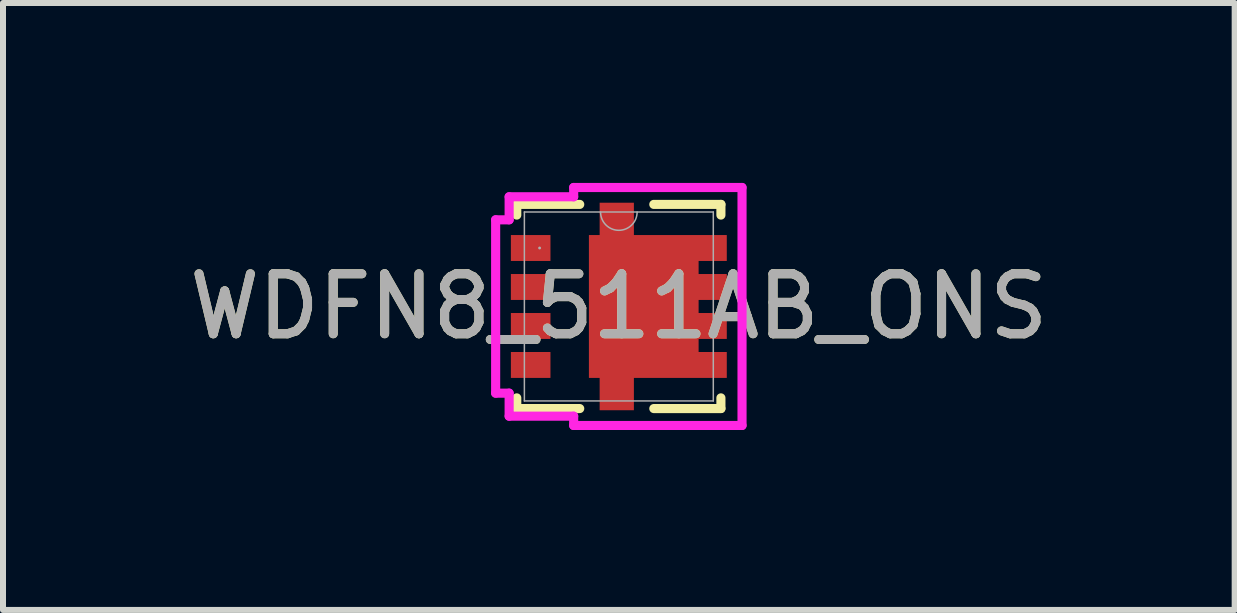
<source format=kicad_pcb>
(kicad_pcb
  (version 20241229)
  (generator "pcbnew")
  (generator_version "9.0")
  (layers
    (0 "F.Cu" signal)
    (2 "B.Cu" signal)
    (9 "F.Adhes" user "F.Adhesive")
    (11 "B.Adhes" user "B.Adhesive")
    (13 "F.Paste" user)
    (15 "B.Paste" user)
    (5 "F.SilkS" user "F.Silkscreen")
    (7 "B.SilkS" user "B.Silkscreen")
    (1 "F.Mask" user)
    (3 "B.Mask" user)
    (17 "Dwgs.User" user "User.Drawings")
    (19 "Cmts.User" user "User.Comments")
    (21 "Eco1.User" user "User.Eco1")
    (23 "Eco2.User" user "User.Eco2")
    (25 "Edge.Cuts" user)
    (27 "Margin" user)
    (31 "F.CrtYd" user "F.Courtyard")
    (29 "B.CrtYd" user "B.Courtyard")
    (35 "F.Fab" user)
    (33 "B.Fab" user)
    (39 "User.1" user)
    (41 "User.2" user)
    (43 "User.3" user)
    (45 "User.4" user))
  (footprint "WDFN8_511AB_ONS"
    (layer "F.Cu")
    (at 7.268 2.06)
    (property "Reference" "WDFN8_511AB_ONS" (at 0 0 0) (unlocked yes) (layer "F.SilkS") (effects (font (size 1 1) (thickness 0.15))))
    (attr smd)
    (fp_poly (pts (xy -0.32 -1.73) (xy 0.251 -1.73) (xy 0.251 -1.191) (xy 1.8 -1.191) (xy 1.8 -0.759) (xy 1.33 -0.759) (xy 1.33 -0.541) (xy 1.8 -0.541) (xy 1.8 -0.109) (xy 1.33 -0.109) (xy 1.33 0.109) (xy 1.8 0.109) (xy 1.8 0.541) (xy 1.33 0.541) (xy 1.33 0.759) (xy 1.8 0.759) (xy 1.8 1.191) (xy 0.251 1.191) (xy 0.251 1.73) (xy -0.32 1.73) (xy -0.32 1.191) (xy -0.499 1.191) (xy -0.499 -1.191) (xy -0.32 -1.191)) (stroke (width 0) (type solid)) (fill yes) (layer "F.Cu"))
    (fp_poly (pts (xy -0.32 -1.73) (xy 0.251 -1.73) (xy 0.251 -1.191) (xy 1.8 -1.191) (xy 1.8 -0.759) (xy 1.33 -0.759) (xy 1.33 -0.541) (xy 1.8 -0.541) (xy 1.8 -0.109) (xy 1.33 -0.109) (xy 1.33 0.109) (xy 1.8 0.109) (xy 1.8 0.541) (xy 1.33 0.541) (xy 1.33 0.759) (xy 1.8 0.759) (xy 1.8 1.191) (xy 0.251 1.191) (xy 0.251 1.73) (xy -0.32 1.73) (xy -0.32 1.191) (xy -0.499 1.191) (xy -0.499 -1.191) (xy -0.32 -1.191)) (stroke (width 0) (type solid)) (fill yes) (layer "F.Mask"))
    (fp_line (start -1.702 -1.702) (end -0.652 -1.702) (stroke (width 0.152) (type solid)) (layer "F.SilkS"))
    (fp_line (start -1.702 -1.524) (end -1.702 -1.702) (stroke (width 0.152) (type solid)) (layer "F.SilkS"))
    (fp_line (start -1.702 1.702) (end -1.702 1.524) (stroke (width 0.152) (type solid)) (layer "F.SilkS"))
    (fp_line (start -0.652 1.702) (end -1.702 1.702) (stroke (width 0.152) (type solid)) (layer "F.SilkS"))
    (fp_line (start 0.583 -1.702) (end 1.702 -1.702) (stroke (width 0.152) (type solid)) (layer "F.SilkS"))
    (fp_line (start 1.702 -1.702) (end 1.702 -1.524) (stroke (width 0.152) (type solid)) (layer "F.SilkS"))
    (fp_line (start 1.702 1.524) (end 1.702 1.702) (stroke (width 0.152) (type solid)) (layer "F.SilkS"))
    (fp_line (start 1.702 1.702) (end 0.583 1.702) (stroke (width 0.152) (type solid)) (layer "F.SilkS"))
    (fp_poly (pts (xy -0.32 -1.73) (xy 0.251 -1.73) (xy 0.251 -1.191) (xy 1.8 -1.191) (xy 1.8 -0.759) (xy 1.33 -0.759) (xy 1.33 -0.541) (xy 1.8 -0.541) (xy 1.8 -0.109) (xy 1.33 -0.109) (xy 1.33 0.109) (xy 1.8 0.109) (xy 1.8 0.541) (xy 1.33 0.541) (xy 1.33 0.759) (xy 1.8 0.759) (xy 1.8 1.191) (xy 0.251 1.191) (xy 0.251 1.73) (xy -0.32 1.73) (xy -0.32 1.191) (xy -0.499 1.191) (xy -0.499 -1.191) (xy -0.32 -1.191)) (stroke (width 0) (type solid)) (fill yes) (layer "F.Paste"))
    (fp_line (start -2.054 -1.445) (end -2.054 1.445) (stroke (width 0.152) (type solid)) (layer "F.CrtYd"))
    (fp_line (start -2.054 1.445) (end -1.829 1.445) (stroke (width 0.152) (type solid)) (layer "F.CrtYd"))
    (fp_line (start -1.829 -1.829) (end -1.829 -1.445) (stroke (width 0.152) (type solid)) (layer "F.CrtYd"))
    (fp_line (start -1.829 -1.445) (end -2.054 -1.445) (stroke (width 0.152) (type solid)) (layer "F.CrtYd"))
    (fp_line (start -1.829 1.445) (end -1.829 1.829) (stroke (width 0.152) (type solid)) (layer "F.CrtYd"))
    (fp_line (start -1.829 1.829) (end -0.753 1.829) (stroke (width 0.152) (type solid)) (layer "F.CrtYd"))
    (fp_line (start -0.753 -1.829) (end -1.829 -1.829) (stroke (width 0.152) (type solid)) (layer "F.CrtYd"))
    (fp_line (start -0.753 -1.829) (end -0.753 -1.984) (stroke (width 0.152) (type solid)) (layer "F.CrtYd"))
    (fp_line (start -0.753 1.829) (end -0.753 1.984) (stroke (width 0.152) (type solid)) (layer "F.CrtYd"))
    (fp_line (start -0.753 1.984) (end 2.054 1.984) (stroke (width 0.152) (type solid)) (layer "F.CrtYd"))
    (fp_line (start 2.054 -1.984) (end -0.753 -1.984) (stroke (width 0.152) (type solid)) (layer "F.CrtYd"))
    (fp_line (start 2.054 1.984) (end 2.054 -1.984) (stroke (width 0.152) (type solid)) (layer "F.CrtYd"))
    (fp_line (start -1.575 -1.575) (end -1.575 1.575) (stroke (width 0.025) (type solid)) (layer "F.Fab"))
    (fp_line (start -1.575 1.575) (end 1.575 1.575) (stroke (width 0.025) (type solid)) (layer "F.Fab"))
    (fp_line (start 1.575 -1.575) (end -1.575 -1.575) (stroke (width 0.025) (type solid)) (layer "F.Fab"))
    (fp_line (start 1.575 1.575) (end 1.575 -1.575) (stroke (width 0.025) (type solid)) (layer "F.Fab"))
    (fp_arc (start 0.3048 -1.5748) (mid 0 -1.27) (end -0.3048 -1.5748) (stroke (width 0.0254) (type solid)) (layer "F.Fab"))
    (fp_circle (center -1.321 -0.975) (end -1.321 -0.975) (stroke (width 0.025) (type solid)) (fill no) (layer "F.Fab"))
    (fp_text user "${REFERENCE}" (at 0 0 0) (unlocked yes) (layer "F.Fab") (effects (font (size 1 1) (thickness 0.15))))
    (pad "1" smd rect (at -1.47 -0.975) (size 0.66 0.432) (layers "F.Cu" "F.Mask" "F.Paste"))
    (pad "2" smd rect (at -1.47 -0.325) (size 0.66 0.432) (layers "F.Cu" "F.Mask" "F.Paste"))
    (pad "3" smd rect (at -1.47 0.325) (size 0.66 0.432) (layers "F.Cu" "F.Mask" "F.Paste"))
    (pad "4" smd rect (at -1.47 0.975) (size 0.66 0.432) (layers "F.Cu" "F.Mask" "F.Paste"))
    (pad "5" smd rect (at 1.47 0.975) (size 0.127 0.127) (layers "F.Cu" "F.Mask" "F.Paste"))
    (pad "6" smd rect (at 1.47 0.325) (size 0.127 0.127) (layers "F.Cu" "F.Mask" "F.Paste"))
    (pad "7" smd rect (at 1.47 -0.325) (size 0.127 0.127) (layers "F.Cu" "F.Mask" "F.Paste"))
    (pad "8" smd rect (at 1.47 -0.975) (size 0.127 0.127) (layers "F.Cu" "F.Mask" "F.Paste")))
  (gr_rect
    (start -3 -3)
    (end 17.536 7.12)
    (stroke (width 0.1) (type default))
    (fill no)
    (layer "Edge.Cuts")))
</source>
